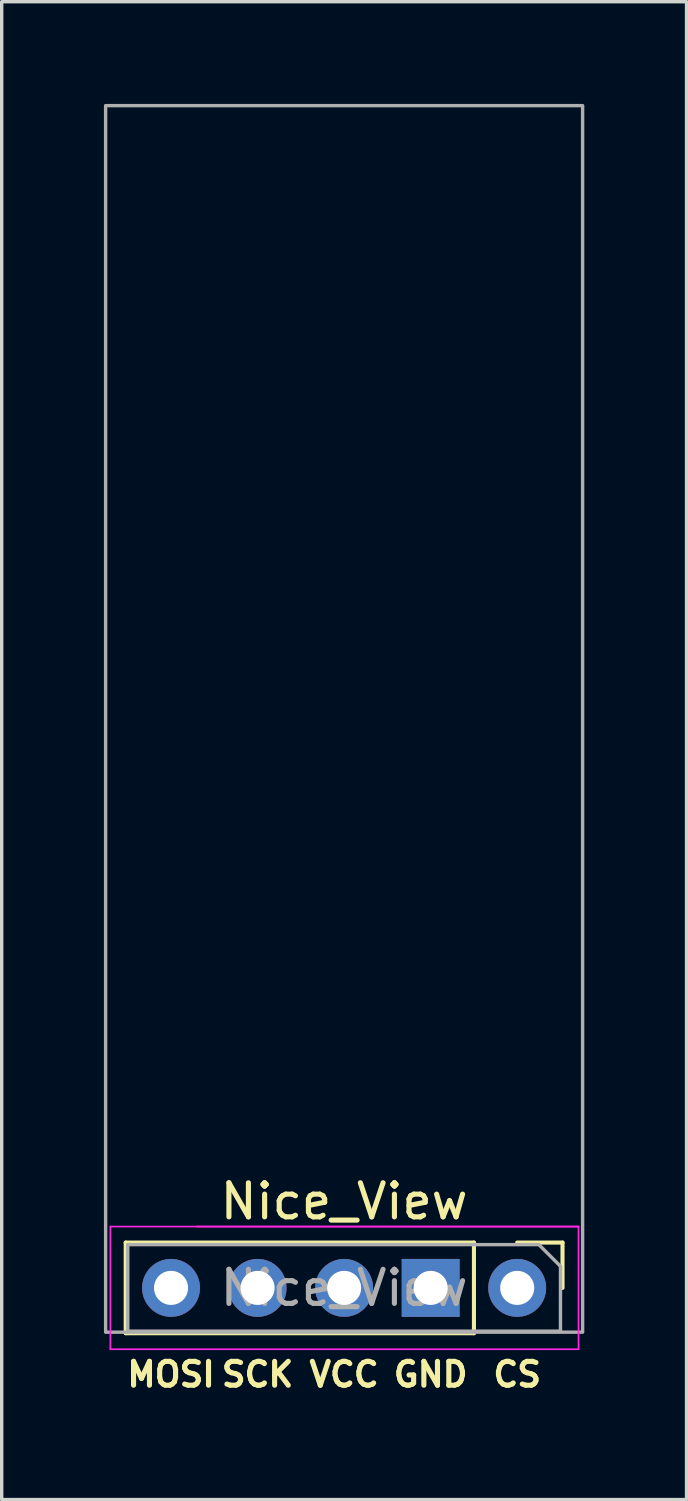
<source format=kicad_pcb>
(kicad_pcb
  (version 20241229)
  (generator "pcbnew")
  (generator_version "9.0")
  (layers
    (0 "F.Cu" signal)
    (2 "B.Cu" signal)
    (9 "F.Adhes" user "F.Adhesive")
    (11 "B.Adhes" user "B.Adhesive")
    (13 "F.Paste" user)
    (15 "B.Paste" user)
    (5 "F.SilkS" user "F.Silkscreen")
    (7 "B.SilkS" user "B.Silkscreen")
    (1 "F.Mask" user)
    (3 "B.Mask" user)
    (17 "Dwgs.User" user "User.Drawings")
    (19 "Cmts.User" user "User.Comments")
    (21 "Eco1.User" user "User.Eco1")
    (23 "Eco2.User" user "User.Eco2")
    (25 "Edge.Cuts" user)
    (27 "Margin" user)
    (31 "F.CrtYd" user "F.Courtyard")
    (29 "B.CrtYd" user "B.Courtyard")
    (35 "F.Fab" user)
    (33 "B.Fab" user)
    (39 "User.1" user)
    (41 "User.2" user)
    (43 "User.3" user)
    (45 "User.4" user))
  (footprint "Nice_View"
    (layer "F.Cu")
    (at 7.05 34.75)
    (property "Reference" "Nice_View" (at 0 -2.54 0) (unlocked yes) (layer "F.SilkS") (effects (font (size 1 1) (thickness 0.15))))
    (attr through_hole)
    (fp_line (start -6.41 -1.33) (end -6.41 1.33) (stroke (width 0.12) (type solid)) (layer "F.SilkS"))
    (fp_line (start 3.81 -1.33) (end -6.41 -1.33) (stroke (width 0.12) (type solid)) (layer "F.SilkS"))
    (fp_line (start 3.81 -1.33) (end 3.81 1.33) (stroke (width 0.12) (type solid)) (layer "F.SilkS"))
    (fp_line (start 3.81 1.33) (end -6.41 1.33) (stroke (width 0.12) (type solid)) (layer "F.SilkS"))
    (fp_line (start 5.08 -1.33) (end 6.41 -1.33) (stroke (width 0.12) (type solid)) (layer "F.SilkS"))
    (fp_line (start 6.41 -1.33) (end 6.41 0) (stroke (width 0.12) (type solid)) (layer "F.SilkS"))
    (fp_line (start -6.86 -1.8) (end -6.86 1.8) (stroke (width 0.05) (type solid)) (layer "F.CrtYd"))
    (fp_line (start -6.86 1.8) (end 6.88 1.8) (stroke (width 0.05) (type solid)) (layer "F.CrtYd"))
    (fp_line (start 6.88 -1.8) (end -6.86 -1.8) (stroke (width 0.05) (type solid)) (layer "F.CrtYd"))
    (fp_line (start 6.88 -1.8) (end -4.32 -1.8) (stroke (width 0.05) (type solid)) (layer "F.CrtYd"))
    (fp_line (start 6.88 1.8) (end 6.88 -1.8) (stroke (width 0.05) (type solid)) (layer "F.CrtYd"))
    (fp_line (start -6.35 -1.27) (end 5.715 -1.27) (stroke (width 0.1) (type solid)) (layer "F.Fab"))
    (fp_line (start -6.35 1.27) (end -6.35 -1.27) (stroke (width 0.1) (type solid)) (layer "F.Fab"))
    (fp_line (start 5.715 -1.27) (end 6.35 -0.635) (stroke (width 0.1) (type solid)) (layer "F.Fab"))
    (fp_line (start 6.35 -0.635) (end 6.35 1.27) (stroke (width 0.1) (type solid)) (layer "F.Fab"))
    (fp_line (start 6.35 1.27) (end -6.35 1.27) (stroke (width 0.1) (type solid)) (layer "F.Fab"))
    (fp_rect (start -7 -34.7) (end 7 1.3) (stroke (width 0.1) (type default)) (fill no) (layer "F.Fab"))
    (fp_text user "CS" (at 5.08 2.54 0) (unlocked yes) (layer "F.SilkS") (effects (font (size 0.7 0.7) (thickness 0.15))))
    (fp_text user "MOSI" (at -5.08 2.54 0) (unlocked yes) (layer "F.SilkS") (effects (font (size 0.7 0.7) (thickness 0.15))))
    (fp_text user "GND" (at 2.54 2.54 0) (unlocked yes) (layer "F.SilkS") (effects (font (size 0.7 0.7) (thickness 0.15))))
    (fp_text user "SCK" (at -2.54 2.54 0) (unlocked yes) (layer "F.SilkS") (effects (font (size 0.7 0.7) (thickness 0.15))))
    (fp_text user "VCC" (at 0 2.54 0) (unlocked yes) (layer "F.SilkS") (effects (font (size 0.7 0.7) (thickness 0.15))))
    (fp_text user "${REFERENCE}" (at 0 0 0) (layer "F.Fab") (effects (font (size 1 1) (thickness 0.15))))
    (pad "1" thru_hole oval (at 5.08 0 270) (size 1.7 1.7) (drill 1) (layers "*.Cu" "*.Mask"))
    (pad "2" thru_hole rect (at 2.54 0 270) (size 1.7 1.7) (drill 1) (layers "*.Cu" "*.Mask"))
    (pad "3" thru_hole oval (at 0 0 270) (size 1.7 1.7) (drill 1) (layers "*.Cu" "*.Mask"))
    (pad "4" thru_hole oval (at -2.54 0 270) (size 1.7 1.7) (drill 1) (layers "*.Cu" "*.Mask"))
    (pad "5" thru_hole oval (at -5.08 0 270) (size 1.7 1.7) (drill 1) (layers "*.Cu" "*.Mask")))
  (gr_rect
    (start -3 -3)
    (end 17.1 40.963)
    (stroke (width 0.1) (type default))
    (fill no)
    (layer "Edge.Cuts")))
</source>
